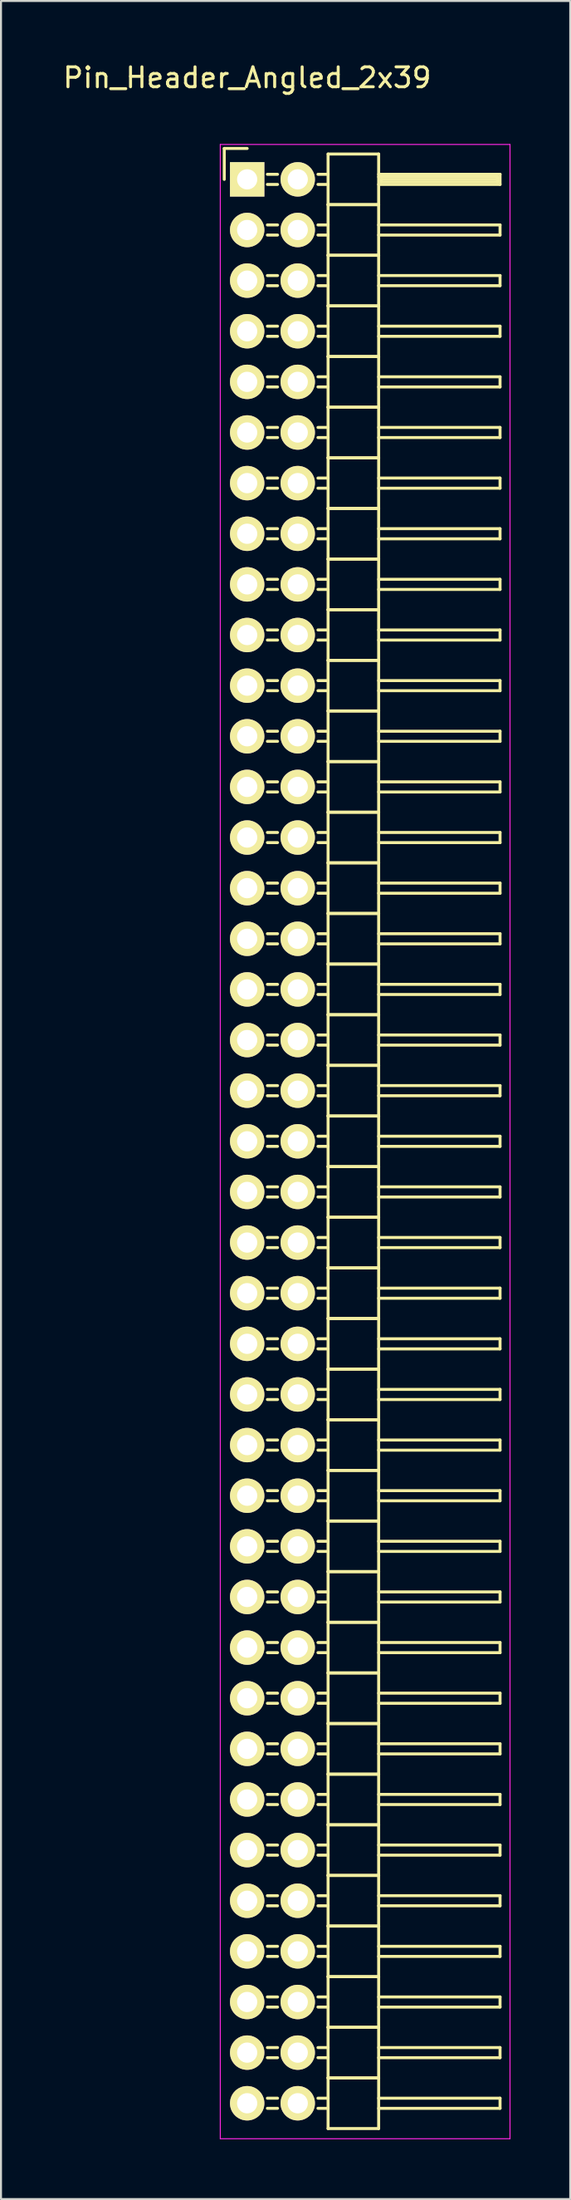
<source format=kicad_pcb>
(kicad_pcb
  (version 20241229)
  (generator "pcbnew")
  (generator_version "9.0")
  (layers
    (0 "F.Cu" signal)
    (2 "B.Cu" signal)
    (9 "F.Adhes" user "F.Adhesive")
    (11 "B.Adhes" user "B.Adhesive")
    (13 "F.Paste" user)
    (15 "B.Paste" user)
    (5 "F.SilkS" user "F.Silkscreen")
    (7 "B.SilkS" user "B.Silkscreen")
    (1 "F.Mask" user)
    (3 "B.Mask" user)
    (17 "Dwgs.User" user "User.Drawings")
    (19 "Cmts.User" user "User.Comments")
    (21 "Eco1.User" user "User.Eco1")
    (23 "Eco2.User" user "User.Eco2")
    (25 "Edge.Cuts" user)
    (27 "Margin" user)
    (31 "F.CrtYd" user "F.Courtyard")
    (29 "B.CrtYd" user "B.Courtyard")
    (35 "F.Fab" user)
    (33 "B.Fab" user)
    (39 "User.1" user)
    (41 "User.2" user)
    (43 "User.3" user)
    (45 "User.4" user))
  (footprint "Pin_Header_Angled_2x39"
    (layer "F.Cu")
    (at 9.363 5.948)
    (property "Reference" "Pin_Header_Angled_2x39" (at 0 -5.1 0) (layer "F.SilkS") (effects (font (size 1 1) (thickness 0.15))))
    (attr through_hole)
    (fp_line (start -1.15 -1.55) (end -1.15 0) (stroke (width 0.15) (type solid)) (layer "F.SilkS"))
    (fp_line (start 0 -1.55) (end -1.15 -1.55) (stroke (width 0.15) (type solid)) (layer "F.SilkS"))
    (fp_line (start 1.524 -0.254) (end 1.016 -0.254) (stroke (width 0.15) (type solid)) (layer "F.SilkS"))
    (fp_line (start 1.524 0.254) (end 1.016 0.254) (stroke (width 0.15) (type solid)) (layer "F.SilkS"))
    (fp_line (start 1.524 2.286) (end 1.016 2.286) (stroke (width 0.15) (type solid)) (layer "F.SilkS"))
    (fp_line (start 1.524 2.794) (end 1.016 2.794) (stroke (width 0.15) (type solid)) (layer "F.SilkS"))
    (fp_line (start 1.524 4.826) (end 1.016 4.826) (stroke (width 0.15) (type solid)) (layer "F.SilkS"))
    (fp_line (start 1.524 5.334) (end 1.016 5.334) (stroke (width 0.15) (type solid)) (layer "F.SilkS"))
    (fp_line (start 1.524 7.366) (end 1.016 7.366) (stroke (width 0.15) (type solid)) (layer "F.SilkS"))
    (fp_line (start 1.524 7.874) (end 1.016 7.874) (stroke (width 0.15) (type solid)) (layer "F.SilkS"))
    (fp_line (start 1.524 9.906) (end 1.016 9.906) (stroke (width 0.15) (type solid)) (layer "F.SilkS"))
    (fp_line (start 1.524 10.414) (end 1.016 10.414) (stroke (width 0.15) (type solid)) (layer "F.SilkS"))
    (fp_line (start 1.524 12.446) (end 1.016 12.446) (stroke (width 0.15) (type solid)) (layer "F.SilkS"))
    (fp_line (start 1.524 12.954) (end 1.016 12.954) (stroke (width 0.15) (type solid)) (layer "F.SilkS"))
    (fp_line (start 1.524 14.986) (end 1.016 14.986) (stroke (width 0.15) (type solid)) (layer "F.SilkS"))
    (fp_line (start 1.524 15.494) (end 1.016 15.494) (stroke (width 0.15) (type solid)) (layer "F.SilkS"))
    (fp_line (start 1.524 17.526) (end 1.016 17.526) (stroke (width 0.15) (type solid)) (layer "F.SilkS"))
    (fp_line (start 1.524 18.034) (end 1.016 18.034) (stroke (width 0.15) (type solid)) (layer "F.SilkS"))
    (fp_line (start 1.524 20.066) (end 1.016 20.066) (stroke (width 0.15) (type solid)) (layer "F.SilkS"))
    (fp_line (start 1.524 20.574) (end 1.016 20.574) (stroke (width 0.15) (type solid)) (layer "F.SilkS"))
    (fp_line (start 1.524 22.606) (end 1.016 22.606) (stroke (width 0.15) (type solid)) (layer "F.SilkS"))
    (fp_line (start 1.524 23.114) (end 1.016 23.114) (stroke (width 0.15) (type solid)) (layer "F.SilkS"))
    (fp_line (start 1.524 25.146) (end 1.016 25.146) (stroke (width 0.15) (type solid)) (layer "F.SilkS"))
    (fp_line (start 1.524 25.654) (end 1.016 25.654) (stroke (width 0.15) (type solid)) (layer "F.SilkS"))
    (fp_line (start 1.524 27.686) (end 1.016 27.686) (stroke (width 0.15) (type solid)) (layer "F.SilkS"))
    (fp_line (start 1.524 28.194) (end 1.016 28.194) (stroke (width 0.15) (type solid)) (layer "F.SilkS"))
    (fp_line (start 1.524 30.226) (end 1.016 30.226) (stroke (width 0.15) (type solid)) (layer "F.SilkS"))
    (fp_line (start 1.524 30.734) (end 1.016 30.734) (stroke (width 0.15) (type solid)) (layer "F.SilkS"))
    (fp_line (start 1.524 32.766) (end 1.016 32.766) (stroke (width 0.15) (type solid)) (layer "F.SilkS"))
    (fp_line (start 1.524 33.274) (end 1.016 33.274) (stroke (width 0.15) (type solid)) (layer "F.SilkS"))
    (fp_line (start 1.524 35.306) (end 1.016 35.306) (stroke (width 0.15) (type solid)) (layer "F.SilkS"))
    (fp_line (start 1.524 35.814) (end 1.016 35.814) (stroke (width 0.15) (type solid)) (layer "F.SilkS"))
    (fp_line (start 1.524 37.846) (end 1.016 37.846) (stroke (width 0.15) (type solid)) (layer "F.SilkS"))
    (fp_line (start 1.524 38.354) (end 1.016 38.354) (stroke (width 0.15) (type solid)) (layer "F.SilkS"))
    (fp_line (start 1.524 40.386) (end 1.016 40.386) (stroke (width 0.15) (type solid)) (layer "F.SilkS"))
    (fp_line (start 1.524 40.894) (end 1.016 40.894) (stroke (width 0.15) (type solid)) (layer "F.SilkS"))
    (fp_line (start 1.524 42.926) (end 1.016 42.926) (stroke (width 0.15) (type solid)) (layer "F.SilkS"))
    (fp_line (start 1.524 43.434) (end 1.016 43.434) (stroke (width 0.15) (type solid)) (layer "F.SilkS"))
    (fp_line (start 1.524 45.466) (end 1.016 45.466) (stroke (width 0.15) (type solid)) (layer "F.SilkS"))
    (fp_line (start 1.524 45.974) (end 1.016 45.974) (stroke (width 0.15) (type solid)) (layer "F.SilkS"))
    (fp_line (start 1.524 48.006) (end 1.016 48.006) (stroke (width 0.15) (type solid)) (layer "F.SilkS"))
    (fp_line (start 1.524 48.514) (end 1.016 48.514) (stroke (width 0.15) (type solid)) (layer "F.SilkS"))
    (fp_line (start 1.524 50.546) (end 1.016 50.546) (stroke (width 0.15) (type solid)) (layer "F.SilkS"))
    (fp_line (start 1.524 51.054) (end 1.016 51.054) (stroke (width 0.15) (type solid)) (layer "F.SilkS"))
    (fp_line (start 1.524 53.086) (end 1.016 53.086) (stroke (width 0.15) (type solid)) (layer "F.SilkS"))
    (fp_line (start 1.524 53.594) (end 1.016 53.594) (stroke (width 0.15) (type solid)) (layer "F.SilkS"))
    (fp_line (start 1.524 55.626) (end 1.016 55.626) (stroke (width 0.15) (type solid)) (layer "F.SilkS"))
    (fp_line (start 1.524 56.134) (end 1.016 56.134) (stroke (width 0.15) (type solid)) (layer "F.SilkS"))
    (fp_line (start 1.524 58.166) (end 1.016 58.166) (stroke (width 0.15) (type solid)) (layer "F.SilkS"))
    (fp_line (start 1.524 58.674) (end 1.016 58.674) (stroke (width 0.15) (type solid)) (layer "F.SilkS"))
    (fp_line (start 1.524 60.706) (end 1.016 60.706) (stroke (width 0.15) (type solid)) (layer "F.SilkS"))
    (fp_line (start 1.524 61.214) (end 1.016 61.214) (stroke (width 0.15) (type solid)) (layer "F.SilkS"))
    (fp_line (start 1.524 63.246) (end 1.016 63.246) (stroke (width 0.15) (type solid)) (layer "F.SilkS"))
    (fp_line (start 1.524 63.754) (end 1.016 63.754) (stroke (width 0.15) (type solid)) (layer "F.SilkS"))
    (fp_line (start 1.524 65.786) (end 1.016 65.786) (stroke (width 0.15) (type solid)) (layer "F.SilkS"))
    (fp_line (start 1.524 66.294) (end 1.016 66.294) (stroke (width 0.15) (type solid)) (layer "F.SilkS"))
    (fp_line (start 1.524 68.326) (end 1.016 68.326) (stroke (width 0.15) (type solid)) (layer "F.SilkS"))
    (fp_line (start 1.524 68.834) (end 1.016 68.834) (stroke (width 0.15) (type solid)) (layer "F.SilkS"))
    (fp_line (start 1.524 70.866) (end 1.016 70.866) (stroke (width 0.15) (type solid)) (layer "F.SilkS"))
    (fp_line (start 1.524 71.374) (end 1.016 71.374) (stroke (width 0.15) (type solid)) (layer "F.SilkS"))
    (fp_line (start 1.524 73.406) (end 1.016 73.406) (stroke (width 0.15) (type solid)) (layer "F.SilkS"))
    (fp_line (start 1.524 73.914) (end 1.016 73.914) (stroke (width 0.15) (type solid)) (layer "F.SilkS"))
    (fp_line (start 1.524 75.946) (end 1.016 75.946) (stroke (width 0.15) (type solid)) (layer "F.SilkS"))
    (fp_line (start 1.524 76.454) (end 1.016 76.454) (stroke (width 0.15) (type solid)) (layer "F.SilkS"))
    (fp_line (start 1.524 78.486) (end 1.016 78.486) (stroke (width 0.15) (type solid)) (layer "F.SilkS"))
    (fp_line (start 1.524 78.994) (end 1.016 78.994) (stroke (width 0.15) (type solid)) (layer "F.SilkS"))
    (fp_line (start 1.524 81.026) (end 1.016 81.026) (stroke (width 0.15) (type solid)) (layer "F.SilkS"))
    (fp_line (start 1.524 81.534) (end 1.016 81.534) (stroke (width 0.15) (type solid)) (layer "F.SilkS"))
    (fp_line (start 1.524 83.566) (end 1.016 83.566) (stroke (width 0.15) (type solid)) (layer "F.SilkS"))
    (fp_line (start 1.524 84.074) (end 1.016 84.074) (stroke (width 0.15) (type solid)) (layer "F.SilkS"))
    (fp_line (start 1.524 86.106) (end 1.016 86.106) (stroke (width 0.15) (type solid)) (layer "F.SilkS"))
    (fp_line (start 1.524 86.614) (end 1.016 86.614) (stroke (width 0.15) (type solid)) (layer "F.SilkS"))
    (fp_line (start 1.524 88.646) (end 1.016 88.646) (stroke (width 0.15) (type solid)) (layer "F.SilkS"))
    (fp_line (start 1.524 89.154) (end 1.016 89.154) (stroke (width 0.15) (type solid)) (layer "F.SilkS"))
    (fp_line (start 1.524 91.186) (end 1.016 91.186) (stroke (width 0.15) (type solid)) (layer "F.SilkS"))
    (fp_line (start 1.524 91.694) (end 1.016 91.694) (stroke (width 0.15) (type solid)) (layer "F.SilkS"))
    (fp_line (start 1.524 93.726) (end 1.016 93.726) (stroke (width 0.15) (type solid)) (layer "F.SilkS"))
    (fp_line (start 1.524 94.234) (end 1.016 94.234) (stroke (width 0.15) (type solid)) (layer "F.SilkS"))
    (fp_line (start 1.524 96.266) (end 1.016 96.266) (stroke (width 0.15) (type solid)) (layer "F.SilkS"))
    (fp_line (start 1.524 96.774) (end 1.016 96.774) (stroke (width 0.15) (type solid)) (layer "F.SilkS"))
    (fp_line (start 4.064 -1.27) (end 4.064 1.27) (stroke (width 0.15) (type solid)) (layer "F.SilkS"))
    (fp_line (start 4.064 -1.27) (end 6.604 -1.27) (stroke (width 0.15) (type solid)) (layer "F.SilkS"))
    (fp_line (start 4.064 -0.254) (end 3.556 -0.254) (stroke (width 0.15) (type solid)) (layer "F.SilkS"))
    (fp_line (start 4.064 0.254) (end 3.556 0.254) (stroke (width 0.15) (type solid)) (layer "F.SilkS"))
    (fp_line (start 4.064 1.27) (end 4.064 3.81) (stroke (width 0.15) (type solid)) (layer "F.SilkS"))
    (fp_line (start 4.064 1.27) (end 6.604 1.27) (stroke (width 0.15) (type solid)) (layer "F.SilkS"))
    (fp_line (start 4.064 1.27) (end 6.604 1.27) (stroke (width 0.15) (type solid)) (layer "F.SilkS"))
    (fp_line (start 4.064 2.286) (end 3.556 2.286) (stroke (width 0.15) (type solid)) (layer "F.SilkS"))
    (fp_line (start 4.064 2.794) (end 3.556 2.794) (stroke (width 0.15) (type solid)) (layer "F.SilkS"))
    (fp_line (start 4.064 3.81) (end 4.064 6.35) (stroke (width 0.15) (type solid)) (layer "F.SilkS"))
    (fp_line (start 4.064 3.81) (end 6.604 3.81) (stroke (width 0.15) (type solid)) (layer "F.SilkS"))
    (fp_line (start 4.064 3.81) (end 6.604 3.81) (stroke (width 0.15) (type solid)) (layer "F.SilkS"))
    (fp_line (start 4.064 4.826) (end 3.556 4.826) (stroke (width 0.15) (type solid)) (layer "F.SilkS"))
    (fp_line (start 4.064 5.334) (end 3.556 5.334) (stroke (width 0.15) (type solid)) (layer "F.SilkS"))
    (fp_line (start 4.064 6.35) (end 4.064 8.89) (stroke (width 0.15) (type solid)) (layer "F.SilkS"))
    (fp_line (start 4.064 6.35) (end 6.604 6.35) (stroke (width 0.15) (type solid)) (layer "F.SilkS"))
    (fp_line (start 4.064 6.35) (end 6.604 6.35) (stroke (width 0.15) (type solid)) (layer "F.SilkS"))
    (fp_line (start 4.064 7.366) (end 3.556 7.366) (stroke (width 0.15) (type solid)) (layer "F.SilkS"))
    (fp_line (start 4.064 7.874) (end 3.556 7.874) (stroke (width 0.15) (type solid)) (layer "F.SilkS"))
    (fp_line (start 4.064 8.89) (end 4.064 11.43) (stroke (width 0.15) (type solid)) (layer "F.SilkS"))
    (fp_line (start 4.064 8.89) (end 6.604 8.89) (stroke (width 0.15) (type solid)) (layer "F.SilkS"))
    (fp_line (start 4.064 8.89) (end 6.604 8.89) (stroke (width 0.15) (type solid)) (layer "F.SilkS"))
    (fp_line (start 4.064 9.906) (end 3.556 9.906) (stroke (width 0.15) (type solid)) (layer "F.SilkS"))
    (fp_line (start 4.064 10.414) (end 3.556 10.414) (stroke (width 0.15) (type solid)) (layer "F.SilkS"))
    (fp_line (start 4.064 11.43) (end 4.064 13.97) (stroke (width 0.15) (type solid)) (layer "F.SilkS"))
    (fp_line (start 4.064 11.43) (end 6.604 11.43) (stroke (width 0.15) (type solid)) (layer "F.SilkS"))
    (fp_line (start 4.064 11.43) (end 6.604 11.43) (stroke (width 0.15) (type solid)) (layer "F.SilkS"))
    (fp_line (start 4.064 12.446) (end 3.556 12.446) (stroke (width 0.15) (type solid)) (layer "F.SilkS"))
    (fp_line (start 4.064 12.954) (end 3.556 12.954) (stroke (width 0.15) (type solid)) (layer "F.SilkS"))
    (fp_line (start 4.064 13.97) (end 4.064 16.51) (stroke (width 0.15) (type solid)) (layer "F.SilkS"))
    (fp_line (start 4.064 13.97) (end 6.604 13.97) (stroke (width 0.15) (type solid)) (layer "F.SilkS"))
    (fp_line (start 4.064 13.97) (end 6.604 13.97) (stroke (width 0.15) (type solid)) (layer "F.SilkS"))
    (fp_line (start 4.064 14.986) (end 3.556 14.986) (stroke (width 0.15) (type solid)) (layer "F.SilkS"))
    (fp_line (start 4.064 15.494) (end 3.556 15.494) (stroke (width 0.15) (type solid)) (layer "F.SilkS"))
    (fp_line (start 4.064 16.51) (end 4.064 19.05) (stroke (width 0.15) (type solid)) (layer "F.SilkS"))
    (fp_line (start 4.064 16.51) (end 6.604 16.51) (stroke (width 0.15) (type solid)) (layer "F.SilkS"))
    (fp_line (start 4.064 16.51) (end 6.604 16.51) (stroke (width 0.15) (type solid)) (layer "F.SilkS"))
    (fp_line (start 4.064 17.526) (end 3.556 17.526) (stroke (width 0.15) (type solid)) (layer "F.SilkS"))
    (fp_line (start 4.064 18.034) (end 3.556 18.034) (stroke (width 0.15) (type solid)) (layer "F.SilkS"))
    (fp_line (start 4.064 19.05) (end 4.064 21.59) (stroke (width 0.15) (type solid)) (layer "F.SilkS"))
    (fp_line (start 4.064 19.05) (end 6.604 19.05) (stroke (width 0.15) (type solid)) (layer "F.SilkS"))
    (fp_line (start 4.064 19.05) (end 6.604 19.05) (stroke (width 0.15) (type solid)) (layer "F.SilkS"))
    (fp_line (start 4.064 20.066) (end 3.556 20.066) (stroke (width 0.15) (type solid)) (layer "F.SilkS"))
    (fp_line (start 4.064 20.574) (end 3.556 20.574) (stroke (width 0.15) (type solid)) (layer "F.SilkS"))
    (fp_line (start 4.064 21.59) (end 4.064 24.13) (stroke (width 0.15) (type solid)) (layer "F.SilkS"))
    (fp_line (start 4.064 21.59) (end 6.604 21.59) (stroke (width 0.15) (type solid)) (layer "F.SilkS"))
    (fp_line (start 4.064 21.59) (end 6.604 21.59) (stroke (width 0.15) (type solid)) (layer "F.SilkS"))
    (fp_line (start 4.064 22.606) (end 3.556 22.606) (stroke (width 0.15) (type solid)) (layer "F.SilkS"))
    (fp_line (start 4.064 23.114) (end 3.556 23.114) (stroke (width 0.15) (type solid)) (layer "F.SilkS"))
    (fp_line (start 4.064 24.13) (end 4.064 26.67) (stroke (width 0.15) (type solid)) (layer "F.SilkS"))
    (fp_line (start 4.064 24.13) (end 6.604 24.13) (stroke (width 0.15) (type solid)) (layer "F.SilkS"))
    (fp_line (start 4.064 24.13) (end 6.604 24.13) (stroke (width 0.15) (type solid)) (layer "F.SilkS"))
    (fp_line (start 4.064 25.146) (end 3.556 25.146) (stroke (width 0.15) (type solid)) (layer "F.SilkS"))
    (fp_line (start 4.064 25.654) (end 3.556 25.654) (stroke (width 0.15) (type solid)) (layer "F.SilkS"))
    (fp_line (start 4.064 26.67) (end 4.064 29.21) (stroke (width 0.15) (type solid)) (layer "F.SilkS"))
    (fp_line (start 4.064 26.67) (end 6.604 26.67) (stroke (width 0.15) (type solid)) (layer "F.SilkS"))
    (fp_line (start 4.064 26.67) (end 6.604 26.67) (stroke (width 0.15) (type solid)) (layer "F.SilkS"))
    (fp_line (start 4.064 27.686) (end 3.556 27.686) (stroke (width 0.15) (type solid)) (layer "F.SilkS"))
    (fp_line (start 4.064 28.194) (end 3.556 28.194) (stroke (width 0.15) (type solid)) (layer "F.SilkS"))
    (fp_line (start 4.064 29.21) (end 4.064 31.75) (stroke (width 0.15) (type solid)) (layer "F.SilkS"))
    (fp_line (start 4.064 29.21) (end 6.604 29.21) (stroke (width 0.15) (type solid)) (layer "F.SilkS"))
    (fp_line (start 4.064 29.21) (end 6.604 29.21) (stroke (width 0.15) (type solid)) (layer "F.SilkS"))
    (fp_line (start 4.064 30.226) (end 3.556 30.226) (stroke (width 0.15) (type solid)) (layer "F.SilkS"))
    (fp_line (start 4.064 30.734) (end 3.556 30.734) (stroke (width 0.15) (type solid)) (layer "F.SilkS"))
    (fp_line (start 4.064 31.75) (end 4.064 34.29) (stroke (width 0.15) (type solid)) (layer "F.SilkS"))
    (fp_line (start 4.064 31.75) (end 6.604 31.75) (stroke (width 0.15) (type solid)) (layer "F.SilkS"))
    (fp_line (start 4.064 31.75) (end 6.604 31.75) (stroke (width 0.15) (type solid)) (layer "F.SilkS"))
    (fp_line (start 4.064 32.766) (end 3.556 32.766) (stroke (width 0.15) (type solid)) (layer "F.SilkS"))
    (fp_line (start 4.064 33.274) (end 3.556 33.274) (stroke (width 0.15) (type solid)) (layer "F.SilkS"))
    (fp_line (start 4.064 34.29) (end 4.064 36.83) (stroke (width 0.15) (type solid)) (layer "F.SilkS"))
    (fp_line (start 4.064 34.29) (end 6.604 34.29) (stroke (width 0.15) (type solid)) (layer "F.SilkS"))
    (fp_line (start 4.064 34.29) (end 6.604 34.29) (stroke (width 0.15) (type solid)) (layer "F.SilkS"))
    (fp_line (start 4.064 35.306) (end 3.556 35.306) (stroke (width 0.15) (type solid)) (layer "F.SilkS"))
    (fp_line (start 4.064 35.814) (end 3.556 35.814) (stroke (width 0.15) (type solid)) (layer "F.SilkS"))
    (fp_line (start 4.064 36.83) (end 4.064 39.37) (stroke (width 0.15) (type solid)) (layer "F.SilkS"))
    (fp_line (start 4.064 36.83) (end 6.604 36.83) (stroke (width 0.15) (type solid)) (layer "F.SilkS"))
    (fp_line (start 4.064 36.83) (end 6.604 36.83) (stroke (width 0.15) (type solid)) (layer "F.SilkS"))
    (fp_line (start 4.064 37.846) (end 3.556 37.846) (stroke (width 0.15) (type solid)) (layer "F.SilkS"))
    (fp_line (start 4.064 38.354) (end 3.556 38.354) (stroke (width 0.15) (type solid)) (layer "F.SilkS"))
    (fp_line (start 4.064 39.37) (end 4.064 41.91) (stroke (width 0.15) (type solid)) (layer "F.SilkS"))
    (fp_line (start 4.064 39.37) (end 6.604 39.37) (stroke (width 0.15) (type solid)) (layer "F.SilkS"))
    (fp_line (start 4.064 39.37) (end 6.604 39.37) (stroke (width 0.15) (type solid)) (layer "F.SilkS"))
    (fp_line (start 4.064 40.386) (end 3.556 40.386) (stroke (width 0.15) (type solid)) (layer "F.SilkS"))
    (fp_line (start 4.064 40.894) (end 3.556 40.894) (stroke (width 0.15) (type solid)) (layer "F.SilkS"))
    (fp_line (start 4.064 41.91) (end 4.064 44.45) (stroke (width 0.15) (type solid)) (layer "F.SilkS"))
    (fp_line (start 4.064 41.91) (end 6.604 41.91) (stroke (width 0.15) (type solid)) (layer "F.SilkS"))
    (fp_line (start 4.064 41.91) (end 6.604 41.91) (stroke (width 0.15) (type solid)) (layer "F.SilkS"))
    (fp_line (start 4.064 42.926) (end 3.556 42.926) (stroke (width 0.15) (type solid)) (layer "F.SilkS"))
    (fp_line (start 4.064 43.434) (end 3.556 43.434) (stroke (width 0.15) (type solid)) (layer "F.SilkS"))
    (fp_line (start 4.064 44.45) (end 4.064 46.99) (stroke (width 0.15) (type solid)) (layer "F.SilkS"))
    (fp_line (start 4.064 44.45) (end 6.604 44.45) (stroke (width 0.15) (type solid)) (layer "F.SilkS"))
    (fp_line (start 4.064 44.45) (end 6.604 44.45) (stroke (width 0.15) (type solid)) (layer "F.SilkS"))
    (fp_line (start 4.064 45.466) (end 3.556 45.466) (stroke (width 0.15) (type solid)) (layer "F.SilkS"))
    (fp_line (start 4.064 45.974) (end 3.556 45.974) (stroke (width 0.15) (type solid)) (layer "F.SilkS"))
    (fp_line (start 4.064 46.99) (end 4.064 49.53) (stroke (width 0.15) (type solid)) (layer "F.SilkS"))
    (fp_line (start 4.064 46.99) (end 6.604 46.99) (stroke (width 0.15) (type solid)) (layer "F.SilkS"))
    (fp_line (start 4.064 46.99) (end 6.604 46.99) (stroke (width 0.15) (type solid)) (layer "F.SilkS"))
    (fp_line (start 4.064 48.006) (end 3.556 48.006) (stroke (width 0.15) (type solid)) (layer "F.SilkS"))
    (fp_line (start 4.064 48.514) (end 3.556 48.514) (stroke (width 0.15) (type solid)) (layer "F.SilkS"))
    (fp_line (start 4.064 49.53) (end 4.064 52.07) (stroke (width 0.15) (type solid)) (layer "F.SilkS"))
    (fp_line (start 4.064 49.53) (end 6.604 49.53) (stroke (width 0.15) (type solid)) (layer "F.SilkS"))
    (fp_line (start 4.064 49.53) (end 6.604 49.53) (stroke (width 0.15) (type solid)) (layer "F.SilkS"))
    (fp_line (start 4.064 50.546) (end 3.556 50.546) (stroke (width 0.15) (type solid)) (layer "F.SilkS"))
    (fp_line (start 4.064 51.054) (end 3.556 51.054) (stroke (width 0.15) (type solid)) (layer "F.SilkS"))
    (fp_line (start 4.064 52.07) (end 4.064 54.61) (stroke (width 0.15) (type solid)) (layer "F.SilkS"))
    (fp_line (start 4.064 52.07) (end 6.604 52.07) (stroke (width 0.15) (type solid)) (layer "F.SilkS"))
    (fp_line (start 4.064 52.07) (end 6.604 52.07) (stroke (width 0.15) (type solid)) (layer "F.SilkS"))
    (fp_line (start 4.064 53.086) (end 3.556 53.086) (stroke (width 0.15) (type solid)) (layer "F.SilkS"))
    (fp_line (start 4.064 53.594) (end 3.556 53.594) (stroke (width 0.15) (type solid)) (layer "F.SilkS"))
    (fp_line (start 4.064 54.61) (end 4.064 57.15) (stroke (width 0.15) (type solid)) (layer "F.SilkS"))
    (fp_line (start 4.064 54.61) (end 6.604 54.61) (stroke (width 0.15) (type solid)) (layer "F.SilkS"))
    (fp_line (start 4.064 54.61) (end 6.604 54.61) (stroke (width 0.15) (type solid)) (layer "F.SilkS"))
    (fp_line (start 4.064 55.626) (end 3.556 55.626) (stroke (width 0.15) (type solid)) (layer "F.SilkS"))
    (fp_line (start 4.064 56.134) (end 3.556 56.134) (stroke (width 0.15) (type solid)) (layer "F.SilkS"))
    (fp_line (start 4.064 57.15) (end 4.064 59.69) (stroke (width 0.15) (type solid)) (layer "F.SilkS"))
    (fp_line (start 4.064 57.15) (end 6.604 57.15) (stroke (width 0.15) (type solid)) (layer "F.SilkS"))
    (fp_line (start 4.064 57.15) (end 6.604 57.15) (stroke (width 0.15) (type solid)) (layer "F.SilkS"))
    (fp_line (start 4.064 58.166) (end 3.556 58.166) (stroke (width 0.15) (type solid)) (layer "F.SilkS"))
    (fp_line (start 4.064 58.674) (end 3.556 58.674) (stroke (width 0.15) (type solid)) (layer "F.SilkS"))
    (fp_line (start 4.064 59.69) (end 4.064 62.23) (stroke (width 0.15) (type solid)) (layer "F.SilkS"))
    (fp_line (start 4.064 59.69) (end 6.604 59.69) (stroke (width 0.15) (type solid)) (layer "F.SilkS"))
    (fp_line (start 4.064 59.69) (end 6.604 59.69) (stroke (width 0.15) (type solid)) (layer "F.SilkS"))
    (fp_line (start 4.064 60.706) (end 3.556 60.706) (stroke (width 0.15) (type solid)) (layer "F.SilkS"))
    (fp_line (start 4.064 61.214) (end 3.556 61.214) (stroke (width 0.15) (type solid)) (layer "F.SilkS"))
    (fp_line (start 4.064 62.23) (end 4.064 64.77) (stroke (width 0.15) (type solid)) (layer "F.SilkS"))
    (fp_line (start 4.064 62.23) (end 6.604 62.23) (stroke (width 0.15) (type solid)) (layer "F.SilkS"))
    (fp_line (start 4.064 62.23) (end 6.604 62.23) (stroke (width 0.15) (type solid)) (layer "F.SilkS"))
    (fp_line (start 4.064 63.246) (end 3.556 63.246) (stroke (width 0.15) (type solid)) (layer "F.SilkS"))
    (fp_line (start 4.064 63.754) (end 3.556 63.754) (stroke (width 0.15) (type solid)) (layer "F.SilkS"))
    (fp_line (start 4.064 64.77) (end 4.064 67.31) (stroke (width 0.15) (type solid)) (layer "F.SilkS"))
    (fp_line (start 4.064 64.77) (end 6.604 64.77) (stroke (width 0.15) (type solid)) (layer "F.SilkS"))
    (fp_line (start 4.064 64.77) (end 6.604 64.77) (stroke (width 0.15) (type solid)) (layer "F.SilkS"))
    (fp_line (start 4.064 65.786) (end 3.556 65.786) (stroke (width 0.15) (type solid)) (layer "F.SilkS"))
    (fp_line (start 4.064 66.294) (end 3.556 66.294) (stroke (width 0.15) (type solid)) (layer "F.SilkS"))
    (fp_line (start 4.064 67.31) (end 4.064 69.85) (stroke (width 0.15) (type solid)) (layer "F.SilkS"))
    (fp_line (start 4.064 67.31) (end 6.604 67.31) (stroke (width 0.15) (type solid)) (layer "F.SilkS"))
    (fp_line (start 4.064 67.31) (end 6.604 67.31) (stroke (width 0.15) (type solid)) (layer "F.SilkS"))
    (fp_line (start 4.064 68.326) (end 3.556 68.326) (stroke (width 0.15) (type solid)) (layer "F.SilkS"))
    (fp_line (start 4.064 68.834) (end 3.556 68.834) (stroke (width 0.15) (type solid)) (layer "F.SilkS"))
    (fp_line (start 4.064 69.85) (end 4.064 72.39) (stroke (width 0.15) (type solid)) (layer "F.SilkS"))
    (fp_line (start 4.064 69.85) (end 6.604 69.85) (stroke (width 0.15) (type solid)) (layer "F.SilkS"))
    (fp_line (start 4.064 69.85) (end 6.604 69.85) (stroke (width 0.15) (type solid)) (layer "F.SilkS"))
    (fp_line (start 4.064 70.866) (end 3.556 70.866) (stroke (width 0.15) (type solid)) (layer "F.SilkS"))
    (fp_line (start 4.064 71.374) (end 3.556 71.374) (stroke (width 0.15) (type solid)) (layer "F.SilkS"))
    (fp_line (start 4.064 72.39) (end 4.064 74.93) (stroke (width 0.15) (type solid)) (layer "F.SilkS"))
    (fp_line (start 4.064 72.39) (end 6.604 72.39) (stroke (width 0.15) (type solid)) (layer "F.SilkS"))
    (fp_line (start 4.064 72.39) (end 6.604 72.39) (stroke (width 0.15) (type solid)) (layer "F.SilkS"))
    (fp_line (start 4.064 73.406) (end 3.556 73.406) (stroke (width 0.15) (type solid)) (layer "F.SilkS"))
    (fp_line (start 4.064 73.914) (end 3.556 73.914) (stroke (width 0.15) (type solid)) (layer "F.SilkS"))
    (fp_line (start 4.064 74.93) (end 4.064 77.47) (stroke (width 0.15) (type solid)) (layer "F.SilkS"))
    (fp_line (start 4.064 74.93) (end 6.604 74.93) (stroke (width 0.15) (type solid)) (layer "F.SilkS"))
    (fp_line (start 4.064 74.93) (end 6.604 74.93) (stroke (width 0.15) (type solid)) (layer "F.SilkS"))
    (fp_line (start 4.064 75.946) (end 3.556 75.946) (stroke (width 0.15) (type solid)) (layer "F.SilkS"))
    (fp_line (start 4.064 76.454) (end 3.556 76.454) (stroke (width 0.15) (type solid)) (layer "F.SilkS"))
    (fp_line (start 4.064 77.47) (end 4.064 80.01) (stroke (width 0.15) (type solid)) (layer "F.SilkS"))
    (fp_line (start 4.064 77.47) (end 6.604 77.47) (stroke (width 0.15) (type solid)) (layer "F.SilkS"))
    (fp_line (start 4.064 77.47) (end 6.604 77.47) (stroke (width 0.15) (type solid)) (layer "F.SilkS"))
    (fp_line (start 4.064 78.486) (end 3.556 78.486) (stroke (width 0.15) (type solid)) (layer "F.SilkS"))
    (fp_line (start 4.064 78.994) (end 3.556 78.994) (stroke (width 0.15) (type solid)) (layer "F.SilkS"))
    (fp_line (start 4.064 80.01) (end 4.064 82.55) (stroke (width 0.15) (type solid)) (layer "F.SilkS"))
    (fp_line (start 4.064 80.01) (end 6.604 80.01) (stroke (width 0.15) (type solid)) (layer "F.SilkS"))
    (fp_line (start 4.064 80.01) (end 6.604 80.01) (stroke (width 0.15) (type solid)) (layer "F.SilkS"))
    (fp_line (start 4.064 81.026) (end 3.556 81.026) (stroke (width 0.15) (type solid)) (layer "F.SilkS"))
    (fp_line (start 4.064 81.534) (end 3.556 81.534) (stroke (width 0.15) (type solid)) (layer "F.SilkS"))
    (fp_line (start 4.064 82.55) (end 4.064 85.09) (stroke (width 0.15) (type solid)) (layer "F.SilkS"))
    (fp_line (start 4.064 82.55) (end 6.604 82.55) (stroke (width 0.15) (type solid)) (layer "F.SilkS"))
    (fp_line (start 4.064 82.55) (end 6.604 82.55) (stroke (width 0.15) (type solid)) (layer "F.SilkS"))
    (fp_line (start 4.064 83.566) (end 3.556 83.566) (stroke (width 0.15) (type solid)) (layer "F.SilkS"))
    (fp_line (start 4.064 84.074) (end 3.556 84.074) (stroke (width 0.15) (type solid)) (layer "F.SilkS"))
    (fp_line (start 4.064 85.09) (end 4.064 87.63) (stroke (width 0.15) (type solid)) (layer "F.SilkS"))
    (fp_line (start 4.064 85.09) (end 6.604 85.09) (stroke (width 0.15) (type solid)) (layer "F.SilkS"))
    (fp_line (start 4.064 85.09) (end 6.604 85.09) (stroke (width 0.15) (type solid)) (layer "F.SilkS"))
    (fp_line (start 4.064 86.106) (end 3.556 86.106) (stroke (width 0.15) (type solid)) (layer "F.SilkS"))
    (fp_line (start 4.064 86.614) (end 3.556 86.614) (stroke (width 0.15) (type solid)) (layer "F.SilkS"))
    (fp_line (start 4.064 87.63) (end 4.064 90.17) (stroke (width 0.15) (type solid)) (layer "F.SilkS"))
    (fp_line (start 4.064 87.63) (end 6.604 87.63) (stroke (width 0.15) (type solid)) (layer "F.SilkS"))
    (fp_line (start 4.064 87.63) (end 6.604 87.63) (stroke (width 0.15) (type solid)) (layer "F.SilkS"))
    (fp_line (start 4.064 88.646) (end 3.556 88.646) (stroke (width 0.15) (type solid)) (layer "F.SilkS"))
    (fp_line (start 4.064 89.154) (end 3.556 89.154) (stroke (width 0.15) (type solid)) (layer "F.SilkS"))
    (fp_line (start 4.064 90.17) (end 4.064 92.71) (stroke (width 0.15) (type solid)) (layer "F.SilkS"))
    (fp_line (start 4.064 90.17) (end 6.604 90.17) (stroke (width 0.15) (type solid)) (layer "F.SilkS"))
    (fp_line (start 4.064 90.17) (end 6.604 90.17) (stroke (width 0.15) (type solid)) (layer "F.SilkS"))
    (fp_line (start 4.064 91.186) (end 3.556 91.186) (stroke (width 0.15) (type solid)) (layer "F.SilkS"))
    (fp_line (start 4.064 91.694) (end 3.556 91.694) (stroke (width 0.15) (type solid)) (layer "F.SilkS"))
    (fp_line (start 4.064 92.71) (end 4.064 95.25) (stroke (width 0.15) (type solid)) (layer "F.SilkS"))
    (fp_line (start 4.064 92.71) (end 6.604 92.71) (stroke (width 0.15) (type solid)) (layer "F.SilkS"))
    (fp_line (start 4.064 92.71) (end 6.604 92.71) (stroke (width 0.15) (type solid)) (layer "F.SilkS"))
    (fp_line (start 4.064 93.726) (end 3.556 93.726) (stroke (width 0.15) (type solid)) (layer "F.SilkS"))
    (fp_line (start 4.064 94.234) (end 3.556 94.234) (stroke (width 0.15) (type solid)) (layer "F.SilkS"))
    (fp_line (start 4.064 95.25) (end 4.064 97.79) (stroke (width 0.15) (type solid)) (layer "F.SilkS"))
    (fp_line (start 4.064 95.25) (end 6.604 95.25) (stroke (width 0.15) (type solid)) (layer "F.SilkS"))
    (fp_line (start 4.064 95.25) (end 6.604 95.25) (stroke (width 0.15) (type solid)) (layer "F.SilkS"))
    (fp_line (start 4.064 96.266) (end 3.556 96.266) (stroke (width 0.15) (type solid)) (layer "F.SilkS"))
    (fp_line (start 4.064 96.774) (end 3.556 96.774) (stroke (width 0.15) (type solid)) (layer "F.SilkS"))
    (fp_line (start 4.064 97.79) (end 6.604 97.79) (stroke (width 0.15) (type solid)) (layer "F.SilkS"))
    (fp_line (start 6.604 -0.254) (end 12.7 -0.254) (stroke (width 0.15) (type solid)) (layer "F.SilkS"))
    (fp_line (start 6.604 -0.127) (end 12.573 -0.127) (stroke (width 0.15) (type solid)) (layer "F.SilkS"))
    (fp_line (start 6.604 1.27) (end 6.604 -1.27) (stroke (width 0.15) (type solid)) (layer "F.SilkS"))
    (fp_line (start 6.604 2.286) (end 12.7 2.286) (stroke (width 0.15) (type solid)) (layer "F.SilkS"))
    (fp_line (start 6.604 3.81) (end 6.604 1.27) (stroke (width 0.15) (type solid)) (layer "F.SilkS"))
    (fp_line (start 6.604 4.826) (end 12.7 4.826) (stroke (width 0.15) (type solid)) (layer "F.SilkS"))
    (fp_line (start 6.604 6.35) (end 6.604 3.81) (stroke (width 0.15) (type solid)) (layer "F.SilkS"))
    (fp_line (start 6.604 7.366) (end 12.7 7.366) (stroke (width 0.15) (type solid)) (layer "F.SilkS"))
    (fp_line (start 6.604 8.89) (end 6.604 6.35) (stroke (width 0.15) (type solid)) (layer "F.SilkS"))
    (fp_line (start 6.604 9.906) (end 12.7 9.906) (stroke (width 0.15) (type solid)) (layer "F.SilkS"))
    (fp_line (start 6.604 11.43) (end 6.604 8.89) (stroke (width 0.15) (type solid)) (layer "F.SilkS"))
    (fp_line (start 6.604 12.446) (end 12.7 12.446) (stroke (width 0.15) (type solid)) (layer "F.SilkS"))
    (fp_line (start 6.604 13.97) (end 6.604 11.43) (stroke (width 0.15) (type solid)) (layer "F.SilkS"))
    (fp_line (start 6.604 14.986) (end 12.7 14.986) (stroke (width 0.15) (type solid)) (layer "F.SilkS"))
    (fp_line (start 6.604 16.51) (end 6.604 13.97) (stroke (width 0.15) (type solid)) (layer "F.SilkS"))
    (fp_line (start 6.604 17.526) (end 12.7 17.526) (stroke (width 0.15) (type solid)) (layer "F.SilkS"))
    (fp_line (start 6.604 19.05) (end 6.604 16.51) (stroke (width 0.15) (type solid)) (layer "F.SilkS"))
    (fp_line (start 6.604 20.066) (end 12.7 20.066) (stroke (width 0.15) (type solid)) (layer "F.SilkS"))
    (fp_line (start 6.604 21.59) (end 6.604 19.05) (stroke (width 0.15) (type solid)) (layer "F.SilkS"))
    (fp_line (start 6.604 22.606) (end 12.7 22.606) (stroke (width 0.15) (type solid)) (layer "F.SilkS"))
    (fp_line (start 6.604 24.13) (end 6.604 21.59) (stroke (width 0.15) (type solid)) (layer "F.SilkS"))
    (fp_line (start 6.604 25.146) (end 12.7 25.146) (stroke (width 0.15) (type solid)) (layer "F.SilkS"))
    (fp_line (start 6.604 26.67) (end 6.604 24.13) (stroke (width 0.15) (type solid)) (layer "F.SilkS"))
    (fp_line (start 6.604 27.686) (end 12.7 27.686) (stroke (width 0.15) (type solid)) (layer "F.SilkS"))
    (fp_line (start 6.604 29.21) (end 6.604 26.67) (stroke (width 0.15) (type solid)) (layer "F.SilkS"))
    (fp_line (start 6.604 30.226) (end 12.7 30.226) (stroke (width 0.15) (type solid)) (layer "F.SilkS"))
    (fp_line (start 6.604 31.75) (end 6.604 29.21) (stroke (width 0.15) (type solid)) (layer "F.SilkS"))
    (fp_line (start 6.604 32.766) (end 12.7 32.766) (stroke (width 0.15) (type solid)) (layer "F.SilkS"))
    (fp_line (start 6.604 34.29) (end 6.604 31.75) (stroke (width 0.15) (type solid)) (layer "F.SilkS"))
    (fp_line (start 6.604 35.306) (end 12.7 35.306) (stroke (width 0.15) (type solid)) (layer "F.SilkS"))
    (fp_line (start 6.604 36.83) (end 6.604 34.29) (stroke (width 0.15) (type solid)) (layer "F.SilkS"))
    (fp_line (start 6.604 37.846) (end 12.7 37.846) (stroke (width 0.15) (type solid)) (layer "F.SilkS"))
    (fp_line (start 6.604 39.37) (end 6.604 36.83) (stroke (width 0.15) (type solid)) (layer "F.SilkS"))
    (fp_line (start 6.604 40.386) (end 12.7 40.386) (stroke (width 0.15) (type solid)) (layer "F.SilkS"))
    (fp_line (start 6.604 41.91) (end 6.604 39.37) (stroke (width 0.15) (type solid)) (layer "F.SilkS"))
    (fp_line (start 6.604 42.926) (end 12.7 42.926) (stroke (width 0.15) (type solid)) (layer "F.SilkS"))
    (fp_line (start 6.604 44.45) (end 6.604 41.91) (stroke (width 0.15) (type solid)) (layer "F.SilkS"))
    (fp_line (start 6.604 45.466) (end 12.7 45.466) (stroke (width 0.15) (type solid)) (layer "F.SilkS"))
    (fp_line (start 6.604 46.99) (end 6.604 44.45) (stroke (width 0.15) (type solid)) (layer "F.SilkS"))
    (fp_line (start 6.604 48.006) (end 12.7 48.006) (stroke (width 0.15) (type solid)) (layer "F.SilkS"))
    (fp_line (start 6.604 49.53) (end 6.604 46.99) (stroke (width 0.15) (type solid)) (layer "F.SilkS"))
    (fp_line (start 6.604 50.546) (end 12.7 50.546) (stroke (width 0.15) (type solid)) (layer "F.SilkS"))
    (fp_line (start 6.604 52.07) (end 6.604 49.53) (stroke (width 0.15) (type solid)) (layer "F.SilkS"))
    (fp_line (start 6.604 53.086) (end 12.7 53.086) (stroke (width 0.15) (type solid)) (layer "F.SilkS"))
    (fp_line (start 6.604 54.61) (end 6.604 52.07) (stroke (width 0.15) (type solid)) (layer "F.SilkS"))
    (fp_line (start 6.604 55.626) (end 12.7 55.626) (stroke (width 0.15) (type solid)) (layer "F.SilkS"))
    (fp_line (start 6.604 57.15) (end 6.604 54.61) (stroke (width 0.15) (type solid)) (layer "F.SilkS"))
    (fp_line (start 6.604 58.166) (end 12.7 58.166) (stroke (width 0.15) (type solid)) (layer "F.SilkS"))
    (fp_line (start 6.604 59.69) (end 6.604 57.15) (stroke (width 0.15) (type solid)) (layer "F.SilkS"))
    (fp_line (start 6.604 60.706) (end 12.7 60.706) (stroke (width 0.15) (type solid)) (layer "F.SilkS"))
    (fp_line (start 6.604 62.23) (end 6.604 59.69) (stroke (width 0.15) (type solid)) (layer "F.SilkS"))
    (fp_line (start 6.604 63.246) (end 12.7 63.246) (stroke (width 0.15) (type solid)) (layer "F.SilkS"))
    (fp_line (start 6.604 64.77) (end 6.604 62.23) (stroke (width 0.15) (type solid)) (layer "F.SilkS"))
    (fp_line (start 6.604 65.786) (end 12.7 65.786) (stroke (width 0.15) (type solid)) (layer "F.SilkS"))
    (fp_line (start 6.604 67.31) (end 6.604 64.77) (stroke (width 0.15) (type solid)) (layer "F.SilkS"))
    (fp_line (start 6.604 68.326) (end 12.7 68.326) (stroke (width 0.15) (type solid)) (layer "F.SilkS"))
    (fp_line (start 6.604 69.85) (end 6.604 67.31) (stroke (width 0.15) (type solid)) (layer "F.SilkS"))
    (fp_line (start 6.604 70.866) (end 12.7 70.866) (stroke (width 0.15) (type solid)) (layer "F.SilkS"))
    (fp_line (start 6.604 72.39) (end 6.604 69.85) (stroke (width 0.15) (type solid)) (layer "F.SilkS"))
    (fp_line (start 6.604 73.406) (end 12.7 73.406) (stroke (width 0.15) (type solid)) (layer "F.SilkS"))
    (fp_line (start 6.604 74.93) (end 6.604 72.39) (stroke (width 0.15) (type solid)) (layer "F.SilkS"))
    (fp_line (start 6.604 75.946) (end 12.7 75.946) (stroke (width 0.15) (type solid)) (layer "F.SilkS"))
    (fp_line (start 6.604 77.47) (end 6.604 74.93) (stroke (width 0.15) (type solid)) (layer "F.SilkS"))
    (fp_line (start 6.604 78.486) (end 12.7 78.486) (stroke (width 0.15) (type solid)) (layer "F.SilkS"))
    (fp_line (start 6.604 80.01) (end 6.604 77.47) (stroke (width 0.15) (type solid)) (layer "F.SilkS"))
    (fp_line (start 6.604 81.026) (end 12.7 81.026) (stroke (width 0.15) (type solid)) (layer "F.SilkS"))
    (fp_line (start 6.604 82.55) (end 6.604 80.01) (stroke (width 0.15) (type solid)) (layer "F.SilkS"))
    (fp_line (start 6.604 83.566) (end 12.7 83.566) (stroke (width 0.15) (type solid)) (layer "F.SilkS"))
    (fp_line (start 6.604 85.09) (end 6.604 82.55) (stroke (width 0.15) (type solid)) (layer "F.SilkS"))
    (fp_line (start 6.604 86.106) (end 12.7 86.106) (stroke (width 0.15) (type solid)) (layer "F.SilkS"))
    (fp_line (start 6.604 87.63) (end 6.604 85.09) (stroke (width 0.15) (type solid)) (layer "F.SilkS"))
    (fp_line (start 6.604 88.646) (end 12.7 88.646) (stroke (width 0.15) (type solid)) (layer "F.SilkS"))
    (fp_line (start 6.604 90.17) (end 6.604 87.63) (stroke (width 0.15) (type solid)) (layer "F.SilkS"))
    (fp_line (start 6.604 91.186) (end 12.7 91.186) (stroke (width 0.15) (type solid)) (layer "F.SilkS"))
    (fp_line (start 6.604 92.71) (end 6.604 90.17) (stroke (width 0.15) (type solid)) (layer "F.SilkS"))
    (fp_line (start 6.604 93.726) (end 12.7 93.726) (stroke (width 0.15) (type solid)) (layer "F.SilkS"))
    (fp_line (start 6.604 95.25) (end 6.604 92.71) (stroke (width 0.15) (type solid)) (layer "F.SilkS"))
    (fp_line (start 6.604 96.266) (end 12.7 96.266) (stroke (width 0.15) (type solid)) (layer "F.SilkS"))
    (fp_line (start 6.604 97.79) (end 6.604 95.25) (stroke (width 0.15) (type solid)) (layer "F.SilkS"))
    (fp_line (start 6.731 0) (end 12.573 0) (stroke (width 0.15) (type solid)) (layer "F.SilkS"))
    (fp_line (start 6.731 0.127) (end 6.731 0) (stroke (width 0.15) (type solid)) (layer "F.SilkS"))
    (fp_line (start 12.573 -0.127) (end 12.573 0.127) (stroke (width 0.15) (type solid)) (layer "F.SilkS"))
    (fp_line (start 12.573 0.127) (end 6.731 0.127) (stroke (width 0.15) (type solid)) (layer "F.SilkS"))
    (fp_line (start 12.7 -0.254) (end 12.7 0.254) (stroke (width 0.15) (type solid)) (layer "F.SilkS"))
    (fp_line (start 12.7 0.254) (end 6.604 0.254) (stroke (width 0.15) (type solid)) (layer "F.SilkS"))
    (fp_line (start 12.7 2.286) (end 12.7 2.794) (stroke (width 0.15) (type solid)) (layer "F.SilkS"))
    (fp_line (start 12.7 2.794) (end 6.604 2.794) (stroke (width 0.15) (type solid)) (layer "F.SilkS"))
    (fp_line (start 12.7 4.826) (end 12.7 5.334) (stroke (width 0.15) (type solid)) (layer "F.SilkS"))
    (fp_line (start 12.7 5.334) (end 6.604 5.334) (stroke (width 0.15) (type solid)) (layer "F.SilkS"))
    (fp_line (start 12.7 7.366) (end 12.7 7.874) (stroke (width 0.15) (type solid)) (layer "F.SilkS"))
    (fp_line (start 12.7 7.874) (end 6.604 7.874) (stroke (width 0.15) (type solid)) (layer "F.SilkS"))
    (fp_line (start 12.7 9.906) (end 12.7 10.414) (stroke (width 0.15) (type solid)) (layer "F.SilkS"))
    (fp_line (start 12.7 10.414) (end 6.604 10.414) (stroke (width 0.15) (type solid)) (layer "F.SilkS"))
    (fp_line (start 12.7 12.446) (end 12.7 12.954) (stroke (width 0.15) (type solid)) (layer "F.SilkS"))
    (fp_line (start 12.7 12.954) (end 6.604 12.954) (stroke (width 0.15) (type solid)) (layer "F.SilkS"))
    (fp_line (start 12.7 14.986) (end 12.7 15.494) (stroke (width 0.15) (type solid)) (layer "F.SilkS"))
    (fp_line (start 12.7 15.494) (end 6.604 15.494) (stroke (width 0.15) (type solid)) (layer "F.SilkS"))
    (fp_line (start 12.7 17.526) (end 12.7 18.034) (stroke (width 0.15) (type solid)) (layer "F.SilkS"))
    (fp_line (start 12.7 18.034) (end 6.604 18.034) (stroke (width 0.15) (type solid)) (layer "F.SilkS"))
    (fp_line (start 12.7 20.066) (end 12.7 20.574) (stroke (width 0.15) (type solid)) (layer "F.SilkS"))
    (fp_line (start 12.7 20.574) (end 6.604 20.574) (stroke (width 0.15) (type solid)) (layer "F.SilkS"))
    (fp_line (start 12.7 22.606) (end 12.7 23.114) (stroke (width 0.15) (type solid)) (layer "F.SilkS"))
    (fp_line (start 12.7 23.114) (end 6.604 23.114) (stroke (width 0.15) (type solid)) (layer "F.SilkS"))
    (fp_line (start 12.7 25.146) (end 12.7 25.654) (stroke (width 0.15) (type solid)) (layer "F.SilkS"))
    (fp_line (start 12.7 25.654) (end 6.604 25.654) (stroke (width 0.15) (type solid)) (layer "F.SilkS"))
    (fp_line (start 12.7 27.686) (end 12.7 28.194) (stroke (width 0.15) (type solid)) (layer "F.SilkS"))
    (fp_line (start 12.7 28.194) (end 6.604 28.194) (stroke (width 0.15) (type solid)) (layer "F.SilkS"))
    (fp_line (start 12.7 30.226) (end 12.7 30.734) (stroke (width 0.15) (type solid)) (layer "F.SilkS"))
    (fp_line (start 12.7 30.734) (end 6.604 30.734) (stroke (width 0.15) (type solid)) (layer "F.SilkS"))
    (fp_line (start 12.7 32.766) (end 12.7 33.274) (stroke (width 0.15) (type solid)) (layer "F.SilkS"))
    (fp_line (start 12.7 33.274) (end 6.604 33.274) (stroke (width 0.15) (type solid)) (layer "F.SilkS"))
    (fp_line (start 12.7 35.306) (end 12.7 35.814) (stroke (width 0.15) (type solid)) (layer "F.SilkS"))
    (fp_line (start 12.7 35.814) (end 6.604 35.814) (stroke (width 0.15) (type solid)) (layer "F.SilkS"))
    (fp_line (start 12.7 37.846) (end 12.7 38.354) (stroke (width 0.15) (type solid)) (layer "F.SilkS"))
    (fp_line (start 12.7 38.354) (end 6.604 38.354) (stroke (width 0.15) (type solid)) (layer "F.SilkS"))
    (fp_line (start 12.7 40.386) (end 12.7 40.894) (stroke (width 0.15) (type solid)) (layer "F.SilkS"))
    (fp_line (start 12.7 40.894) (end 6.604 40.894) (stroke (width 0.15) (type solid)) (layer "F.SilkS"))
    (fp_line (start 12.7 42.926) (end 12.7 43.434) (stroke (width 0.15) (type solid)) (layer "F.SilkS"))
    (fp_line (start 12.7 43.434) (end 6.604 43.434) (stroke (width 0.15) (type solid)) (layer "F.SilkS"))
    (fp_line (start 12.7 45.466) (end 12.7 45.974) (stroke (width 0.15) (type solid)) (layer "F.SilkS"))
    (fp_line (start 12.7 45.974) (end 6.604 45.974) (stroke (width 0.15) (type solid)) (layer "F.SilkS"))
    (fp_line (start 12.7 48.006) (end 12.7 48.514) (stroke (width 0.15) (type solid)) (layer "F.SilkS"))
    (fp_line (start 12.7 48.514) (end 6.604 48.514) (stroke (width 0.15) (type solid)) (layer "F.SilkS"))
    (fp_line (start 12.7 50.546) (end 12.7 51.054) (stroke (width 0.15) (type solid)) (layer "F.SilkS"))
    (fp_line (start 12.7 51.054) (end 6.604 51.054) (stroke (width 0.15) (type solid)) (layer "F.SilkS"))
    (fp_line (start 12.7 53.086) (end 12.7 53.594) (stroke (width 0.15) (type solid)) (layer "F.SilkS"))
    (fp_line (start 12.7 53.594) (end 6.604 53.594) (stroke (width 0.15) (type solid)) (layer "F.SilkS"))
    (fp_line (start 12.7 55.626) (end 12.7 56.134) (stroke (width 0.15) (type solid)) (layer "F.SilkS"))
    (fp_line (start 12.7 56.134) (end 6.604 56.134) (stroke (width 0.15) (type solid)) (layer "F.SilkS"))
    (fp_line (start 12.7 58.166) (end 12.7 58.674) (stroke (width 0.15) (type solid)) (layer "F.SilkS"))
    (fp_line (start 12.7 58.674) (end 6.604 58.674) (stroke (width 0.15) (type solid)) (layer "F.SilkS"))
    (fp_line (start 12.7 60.706) (end 12.7 61.214) (stroke (width 0.15) (type solid)) (layer "F.SilkS"))
    (fp_line (start 12.7 61.214) (end 6.604 61.214) (stroke (width 0.15) (type solid)) (layer "F.SilkS"))
    (fp_line (start 12.7 63.246) (end 12.7 63.754) (stroke (width 0.15) (type solid)) (layer "F.SilkS"))
    (fp_line (start 12.7 63.754) (end 6.604 63.754) (stroke (width 0.15) (type solid)) (layer "F.SilkS"))
    (fp_line (start 12.7 65.786) (end 12.7 66.294) (stroke (width 0.15) (type solid)) (layer "F.SilkS"))
    (fp_line (start 12.7 66.294) (end 6.604 66.294) (stroke (width 0.15) (type solid)) (layer "F.SilkS"))
    (fp_line (start 12.7 68.326) (end 12.7 68.834) (stroke (width 0.15) (type solid)) (layer "F.SilkS"))
    (fp_line (start 12.7 68.834) (end 6.604 68.834) (stroke (width 0.15) (type solid)) (layer "F.SilkS"))
    (fp_line (start 12.7 70.866) (end 12.7 71.374) (stroke (width 0.15) (type solid)) (layer "F.SilkS"))
    (fp_line (start 12.7 71.374) (end 6.604 71.374) (stroke (width 0.15) (type solid)) (layer "F.SilkS"))
    (fp_line (start 12.7 73.406) (end 12.7 73.914) (stroke (width 0.15) (type solid)) (layer "F.SilkS"))
    (fp_line (start 12.7 73.914) (end 6.604 73.914) (stroke (width 0.15) (type solid)) (layer "F.SilkS"))
    (fp_line (start 12.7 75.946) (end 12.7 76.454) (stroke (width 0.15) (type solid)) (layer "F.SilkS"))
    (fp_line (start 12.7 76.454) (end 6.604 76.454) (stroke (width 0.15) (type solid)) (layer "F.SilkS"))
    (fp_line (start 12.7 78.486) (end 12.7 78.994) (stroke (width 0.15) (type solid)) (layer "F.SilkS"))
    (fp_line (start 12.7 78.994) (end 6.604 78.994) (stroke (width 0.15) (type solid)) (layer "F.SilkS"))
    (fp_line (start 12.7 81.026) (end 12.7 81.534) (stroke (width 0.15) (type solid)) (layer "F.SilkS"))
    (fp_line (start 12.7 81.534) (end 6.604 81.534) (stroke (width 0.15) (type solid)) (layer "F.SilkS"))
    (fp_line (start 12.7 83.566) (end 12.7 84.074) (stroke (width 0.15) (type solid)) (layer "F.SilkS"))
    (fp_line (start 12.7 84.074) (end 6.604 84.074) (stroke (width 0.15) (type solid)) (layer "F.SilkS"))
    (fp_line (start 12.7 86.106) (end 12.7 86.614) (stroke (width 0.15) (type solid)) (layer "F.SilkS"))
    (fp_line (start 12.7 86.614) (end 6.604 86.614) (stroke (width 0.15) (type solid)) (layer "F.SilkS"))
    (fp_line (start 12.7 88.646) (end 12.7 89.154) (stroke (width 0.15) (type solid)) (layer "F.SilkS"))
    (fp_line (start 12.7 89.154) (end 6.604 89.154) (stroke (width 0.15) (type solid)) (layer "F.SilkS"))
    (fp_line (start 12.7 91.186) (end 12.7 91.694) (stroke (width 0.15) (type solid)) (layer "F.SilkS"))
    (fp_line (start 12.7 91.694) (end 6.604 91.694) (stroke (width 0.15) (type solid)) (layer "F.SilkS"))
    (fp_line (start 12.7 93.726) (end 12.7 94.234) (stroke (width 0.15) (type solid)) (layer "F.SilkS"))
    (fp_line (start 12.7 94.234) (end 6.604 94.234) (stroke (width 0.15) (type solid)) (layer "F.SilkS"))
    (fp_line (start 12.7 96.266) (end 12.7 96.774) (stroke (width 0.15) (type solid)) (layer "F.SilkS"))
    (fp_line (start 12.7 96.774) (end 6.604 96.774) (stroke (width 0.15) (type solid)) (layer "F.SilkS"))
    (fp_line (start -1.35 -1.75) (end -1.35 98.3) (stroke (width 0.05) (type solid)) (layer "F.CrtYd"))
    (fp_line (start -1.35 -1.75) (end 13.2 -1.75) (stroke (width 0.05) (type solid)) (layer "F.CrtYd"))
    (fp_line (start -1.35 98.3) (end 13.2 98.3) (stroke (width 0.05) (type solid)) (layer "F.CrtYd"))
    (fp_line (start 13.2 -1.75) (end 13.2 98.3) (stroke (width 0.05) (type solid)) (layer "F.CrtYd"))
    (pad "1" thru_hole rect (at 0 0) (size 1.727 1.727) (drill 1.016) (layers "*.Cu" "*.Mask" "F.SilkS"))
    (pad "2" thru_hole oval (at 2.54 0) (size 1.727 1.727) (drill 1.016) (layers "*.Cu" "*.Mask" "F.SilkS"))
    (pad "3" thru_hole oval (at 0 2.54) (size 1.727 1.727) (drill 1.016) (layers "*.Cu" "*.Mask" "F.SilkS"))
    (pad "4" thru_hole oval (at 2.54 2.54) (size 1.727 1.727) (drill 1.016) (layers "*.Cu" "*.Mask" "F.SilkS"))
    (pad "5" thru_hole oval (at 0 5.08) (size 1.727 1.727) (drill 1.016) (layers "*.Cu" "*.Mask" "F.SilkS"))
    (pad "6" thru_hole oval (at 2.54 5.08) (size 1.727 1.727) (drill 1.016) (layers "*.Cu" "*.Mask" "F.SilkS"))
    (pad "7" thru_hole oval (at 0 7.62) (size 1.727 1.727) (drill 1.016) (layers "*.Cu" "*.Mask" "F.SilkS"))
    (pad "8" thru_hole oval (at 2.54 7.62) (size 1.727 1.727) (drill 1.016) (layers "*.Cu" "*.Mask" "F.SilkS"))
    (pad "9" thru_hole oval (at 0 10.16) (size 1.727 1.727) (drill 1.016) (layers "*.Cu" "*.Mask" "F.SilkS"))
    (pad "10" thru_hole oval (at 2.54 10.16) (size 1.727 1.727) (drill 1.016) (layers "*.Cu" "*.Mask" "F.SilkS"))
    (pad "11" thru_hole oval (at 0 12.7) (size 1.727 1.727) (drill 1.016) (layers "*.Cu" "*.Mask" "F.SilkS"))
    (pad "12" thru_hole oval (at 2.54 12.7) (size 1.727 1.727) (drill 1.016) (layers "*.Cu" "*.Mask" "F.SilkS"))
    (pad "13" thru_hole oval (at 0 15.24) (size 1.727 1.727) (drill 1.016) (layers "*.Cu" "*.Mask" "F.SilkS"))
    (pad "14" thru_hole oval (at 2.54 15.24) (size 1.727 1.727) (drill 1.016) (layers "*.Cu" "*.Mask" "F.SilkS"))
    (pad "15" thru_hole oval (at 0 17.78) (size 1.727 1.727) (drill 1.016) (layers "*.Cu" "*.Mask" "F.SilkS"))
    (pad "16" thru_hole oval (at 2.54 17.78) (size 1.727 1.727) (drill 1.016) (layers "*.Cu" "*.Mask" "F.SilkS"))
    (pad "17" thru_hole oval (at 0 20.32) (size 1.727 1.727) (drill 1.016) (layers "*.Cu" "*.Mask" "F.SilkS"))
    (pad "18" thru_hole oval (at 2.54 20.32) (size 1.727 1.727) (drill 1.016) (layers "*.Cu" "*.Mask" "F.SilkS"))
    (pad "19" thru_hole oval (at 0 22.86) (size 1.727 1.727) (drill 1.016) (layers "*.Cu" "*.Mask" "F.SilkS"))
    (pad "20" thru_hole oval (at 2.54 22.86) (size 1.727 1.727) (drill 1.016) (layers "*.Cu" "*.Mask" "F.SilkS"))
    (pad "21" thru_hole oval (at 0 25.4) (size 1.727 1.727) (drill 1.016) (layers "*.Cu" "*.Mask" "F.SilkS"))
    (pad "22" thru_hole oval (at 2.54 25.4) (size 1.727 1.727) (drill 1.016) (layers "*.Cu" "*.Mask" "F.SilkS"))
    (pad "23" thru_hole oval (at 0 27.94) (size 1.727 1.727) (drill 1.016) (layers "*.Cu" "*.Mask" "F.SilkS"))
    (pad "24" thru_hole oval (at 2.54 27.94) (size 1.727 1.727) (drill 1.016) (layers "*.Cu" "*.Mask" "F.SilkS"))
    (pad "25" thru_hole oval (at 0 30.48) (size 1.727 1.727) (drill 1.016) (layers "*.Cu" "*.Mask" "F.SilkS"))
    (pad "26" thru_hole oval (at 2.54 30.48) (size 1.727 1.727) (drill 1.016) (layers "*.Cu" "*.Mask" "F.SilkS"))
    (pad "27" thru_hole oval (at 0 33.02) (size 1.727 1.727) (drill 1.016) (layers "*.Cu" "*.Mask" "F.SilkS"))
    (pad "28" thru_hole oval (at 2.54 33.02) (size 1.727 1.727) (drill 1.016) (layers "*.Cu" "*.Mask" "F.SilkS"))
    (pad "29" thru_hole oval (at 0 35.56) (size 1.727 1.727) (drill 1.016) (layers "*.Cu" "*.Mask" "F.SilkS"))
    (pad "30" thru_hole oval (at 2.54 35.56) (size 1.727 1.727) (drill 1.016) (layers "*.Cu" "*.Mask" "F.SilkS"))
    (pad "31" thru_hole oval (at 0 38.1) (size 1.727 1.727) (drill 1.016) (layers "*.Cu" "*.Mask" "F.SilkS"))
    (pad "32" thru_hole oval (at 2.54 38.1) (size 1.727 1.727) (drill 1.016) (layers "*.Cu" "*.Mask" "F.SilkS"))
    (pad "33" thru_hole oval (at 0 40.64) (size 1.727 1.727) (drill 1.016) (layers "*.Cu" "*.Mask" "F.SilkS"))
    (pad "34" thru_hole oval (at 2.54 40.64) (size 1.727 1.727) (drill 1.016) (layers "*.Cu" "*.Mask" "F.SilkS"))
    (pad "35" thru_hole oval (at 0 43.18) (size 1.727 1.727) (drill 1.016) (layers "*.Cu" "*.Mask" "F.SilkS"))
    (pad "36" thru_hole oval (at 2.54 43.18) (size 1.727 1.727) (drill 1.016) (layers "*.Cu" "*.Mask" "F.SilkS"))
    (pad "37" thru_hole oval (at 0 45.72) (size 1.727 1.727) (drill 1.016) (layers "*.Cu" "*.Mask" "F.SilkS"))
    (pad "38" thru_hole oval (at 2.54 45.72) (size 1.727 1.727) (drill 1.016) (layers "*.Cu" "*.Mask" "F.SilkS"))
    (pad "39" thru_hole oval (at 0 48.26) (size 1.727 1.727) (drill 1.016) (layers "*.Cu" "*.Mask" "F.SilkS"))
    (pad "40" thru_hole oval (at 2.54 48.26) (size 1.727 1.727) (drill 1.016) (layers "*.Cu" "*.Mask" "F.SilkS"))
    (pad "41" thru_hole oval (at 0 50.8) (size 1.727 1.727) (drill 1.016) (layers "*.Cu" "*.Mask" "F.SilkS"))
    (pad "42" thru_hole oval (at 2.54 50.8) (size 1.727 1.727) (drill 1.016) (layers "*.Cu" "*.Mask" "F.SilkS"))
    (pad "43" thru_hole oval (at 0 53.34) (size 1.727 1.727) (drill 1.016) (layers "*.Cu" "*.Mask" "F.SilkS"))
    (pad "44" thru_hole oval (at 2.54 53.34) (size 1.727 1.727) (drill 1.016) (layers "*.Cu" "*.Mask" "F.SilkS"))
    (pad "45" thru_hole oval (at 0 55.88) (size 1.727 1.727) (drill 1.016) (layers "*.Cu" "*.Mask" "F.SilkS"))
    (pad "46" thru_hole oval (at 2.54 55.88) (size 1.727 1.727) (drill 1.016) (layers "*.Cu" "*.Mask" "F.SilkS"))
    (pad "47" thru_hole oval (at 0 58.42) (size 1.727 1.727) (drill 1.016) (layers "*.Cu" "*.Mask" "F.SilkS"))
    (pad "48" thru_hole oval (at 2.54 58.42) (size 1.727 1.727) (drill 1.016) (layers "*.Cu" "*.Mask" "F.SilkS"))
    (pad "49" thru_hole oval (at 0 60.96) (size 1.727 1.727) (drill 1.016) (layers "*.Cu" "*.Mask" "F.SilkS"))
    (pad "50" thru_hole oval (at 2.54 60.96) (size 1.727 1.727) (drill 1.016) (layers "*.Cu" "*.Mask" "F.SilkS"))
    (pad "51" thru_hole oval (at 0 63.5) (size 1.727 1.727) (drill 1.016) (layers "*.Cu" "*.Mask" "F.SilkS"))
    (pad "52" thru_hole oval (at 2.54 63.5) (size 1.727 1.727) (drill 1.016) (layers "*.Cu" "*.Mask" "F.SilkS"))
    (pad "53" thru_hole oval (at 0 66.04) (size 1.727 1.727) (drill 1.016) (layers "*.Cu" "*.Mask" "F.SilkS"))
    (pad "54" thru_hole oval (at 2.54 66.04) (size 1.727 1.727) (drill 1.016) (layers "*.Cu" "*.Mask" "F.SilkS"))
    (pad "55" thru_hole oval (at 0 68.58) (size 1.727 1.727) (drill 1.016) (layers "*.Cu" "*.Mask" "F.SilkS"))
    (pad "56" thru_hole oval (at 2.54 68.58) (size 1.727 1.727) (drill 1.016) (layers "*.Cu" "*.Mask" "F.SilkS"))
    (pad "57" thru_hole oval (at 0 71.12) (size 1.727 1.727) (drill 1.016) (layers "*.Cu" "*.Mask" "F.SilkS"))
    (pad "58" thru_hole oval (at 2.54 71.12) (size 1.727 1.727) (drill 1.016) (layers "*.Cu" "*.Mask" "F.SilkS"))
    (pad "59" thru_hole oval (at 0 73.66) (size 1.727 1.727) (drill 1.016) (layers "*.Cu" "*.Mask" "F.SilkS"))
    (pad "60" thru_hole oval (at 2.54 73.66) (size 1.727 1.727) (drill 1.016) (layers "*.Cu" "*.Mask" "F.SilkS"))
    (pad "61" thru_hole oval (at 0 76.2) (size 1.727 1.727) (drill 1.016) (layers "*.Cu" "*.Mask" "F.SilkS"))
    (pad "62" thru_hole oval (at 2.54 76.2) (size 1.727 1.727) (drill 1.016) (layers "*.Cu" "*.Mask" "F.SilkS"))
    (pad "63" thru_hole oval (at 0 78.74) (size 1.727 1.727) (drill 1.016) (layers "*.Cu" "*.Mask" "F.SilkS"))
    (pad "64" thru_hole oval (at 2.54 78.74) (size 1.727 1.727) (drill 1.016) (layers "*.Cu" "*.Mask" "F.SilkS"))
    (pad "65" thru_hole oval (at 0 81.28) (size 1.727 1.727) (drill 1.016) (layers "*.Cu" "*.Mask" "F.SilkS"))
    (pad "66" thru_hole oval (at 2.54 81.28) (size 1.727 1.727) (drill 1.016) (layers "*.Cu" "*.Mask" "F.SilkS"))
    (pad "67" thru_hole oval (at 0 83.82) (size 1.727 1.727) (drill 1.016) (layers "*.Cu" "*.Mask" "F.SilkS"))
    (pad "68" thru_hole oval (at 2.54 83.82) (size 1.727 1.727) (drill 1.016) (layers "*.Cu" "*.Mask" "F.SilkS"))
    (pad "69" thru_hole oval (at 0 86.36) (size 1.727 1.727) (drill 1.016) (layers "*.Cu" "*.Mask" "F.SilkS"))
    (pad "70" thru_hole oval (at 2.54 86.36) (size 1.727 1.727) (drill 1.016) (layers "*.Cu" "*.Mask" "F.SilkS"))
    (pad "71" thru_hole oval (at 0 88.9) (size 1.727 1.727) (drill 1.016) (layers "*.Cu" "*.Mask" "F.SilkS"))
    (pad "72" thru_hole oval (at 2.54 88.9) (size 1.727 1.727) (drill 1.016) (layers "*.Cu" "*.Mask" "F.SilkS"))
    (pad "73" thru_hole oval (at 0 91.44) (size 1.727 1.727) (drill 1.016) (layers "*.Cu" "*.Mask" "F.SilkS"))
    (pad "74" thru_hole oval (at 2.54 91.44) (size 1.727 1.727) (drill 1.016) (layers "*.Cu" "*.Mask" "F.SilkS"))
    (pad "75" thru_hole oval (at 0 93.98) (size 1.727 1.727) (drill 1.016) (layers "*.Cu" "*.Mask" "F.SilkS"))
    (pad "76" thru_hole oval (at 2.54 93.98) (size 1.727 1.727) (drill 1.016) (layers "*.Cu" "*.Mask" "F.SilkS"))
    (pad "77" thru_hole oval (at 0 96.52) (size 1.727 1.727) (drill 1.016) (layers "*.Cu" "*.Mask" "F.SilkS"))
    (pad "78" thru_hole oval (at 2.54 96.52) (size 1.727 1.727) (drill 1.016) (layers "*.Cu" "*.Mask" "F.SilkS")))
  (gr_rect
    (start -3 -3)
    (end 25.588 107.273)
    (stroke (width 0.1) (type default))
    (fill no)
    (layer "Edge.Cuts")))
</source>
